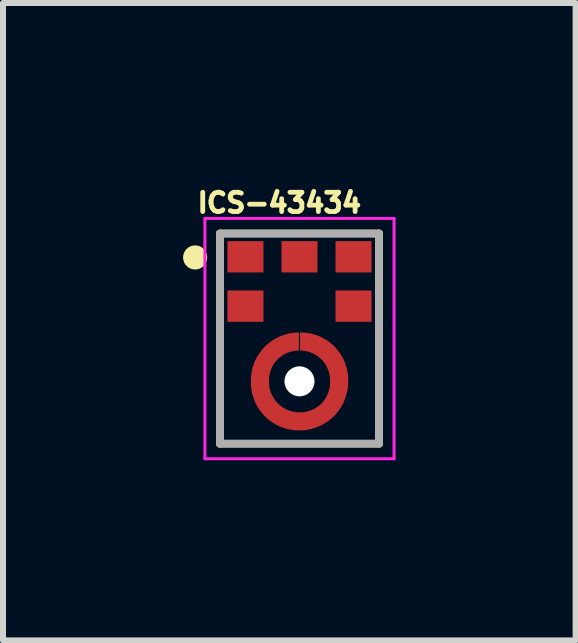
<source format=kicad_pcb>
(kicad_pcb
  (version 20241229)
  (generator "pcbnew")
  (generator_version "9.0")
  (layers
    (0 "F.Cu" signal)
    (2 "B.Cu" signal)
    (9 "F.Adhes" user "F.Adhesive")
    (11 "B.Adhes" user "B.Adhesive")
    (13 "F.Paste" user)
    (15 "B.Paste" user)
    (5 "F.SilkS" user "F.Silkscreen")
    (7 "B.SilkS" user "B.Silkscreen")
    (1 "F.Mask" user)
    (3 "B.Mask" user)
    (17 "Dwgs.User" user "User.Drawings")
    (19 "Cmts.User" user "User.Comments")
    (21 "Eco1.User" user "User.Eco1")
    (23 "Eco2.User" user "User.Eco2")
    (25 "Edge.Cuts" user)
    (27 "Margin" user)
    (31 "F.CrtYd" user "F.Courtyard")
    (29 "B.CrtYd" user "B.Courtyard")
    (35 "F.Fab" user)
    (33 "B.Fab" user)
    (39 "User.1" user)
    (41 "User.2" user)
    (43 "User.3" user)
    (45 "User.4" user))
  (footprint "ICS-43434"
    (layer "F.Cu")
    (at 1.938 2.588)
    (property "Reference" "ICS-43434" (at -0.335 -2.259 0) (layer "F.SilkS") (effects (font (size 0.321 0.321) (thickness 0.15))))
    (attr smd)
    (fp_circle (center 0 0.713) (end 0.665 0.713) (stroke (width 0.5) (type solid)) (fill no) (layer "F.Mask"))
    (fp_line (start -1.325 -1.75) (end -1.325 1.75) (stroke (width 0.127) (type solid)) (layer "F.SilkS"))
    (fp_line (start -1.325 1.75) (end 1.325 1.75) (stroke (width 0.127) (type solid)) (layer "F.SilkS"))
    (fp_line (start 1.325 -1.75) (end -1.325 -1.75) (stroke (width 0.127) (type solid)) (layer "F.SilkS"))
    (fp_line (start 1.325 1.75) (end 1.325 -1.75) (stroke (width 0.127) (type solid)) (layer "F.SilkS"))
    (fp_circle (center -1.738 -1.35) (end -1.637 -1.35) (stroke (width 0.2) (type solid)) (fill no) (layer "F.SilkS"))
    (fp_poly (pts (xy -0.65 -1.572) (xy -0.65 -1.15) (xy -1.15 -1.15) (xy -1.15 -1.572)) (stroke (width 0.001) (type solid)) (fill yes) (layer "F.Paste"))
    (fp_poly (pts (xy -0.65 -0.75) (xy -0.65 -0.328) (xy -1.15 -0.328) (xy -1.15 -0.75)) (stroke (width 0.001) (type solid)) (fill yes) (layer "F.Paste"))
    (fp_poly (pts (xy 0.25 -1.572) (xy 0.25 -1.15) (xy -0.25 -1.15) (xy -0.25 -1.572)) (stroke (width 0.001) (type solid)) (fill yes) (layer "F.Paste"))
    (fp_poly (pts (xy 1.15 -1.572) (xy 1.15 -1.15) (xy 0.65 -1.15) (xy 0.65 -1.572)) (stroke (width 0.001) (type solid)) (fill yes) (layer "F.Paste"))
    (fp_poly (pts (xy 1.15 -0.75) (xy 1.15 -0.328) (xy 0.65 -0.328) (xy 0.65 -0.75)) (stroke (width 0.001) (type solid)) (fill yes) (layer "F.Paste"))
    (fp_poly (pts (xy -0.51 0.663) (xy -0.508 0.642) (xy -0.504 0.618) (xy -0.499 0.595) (xy -0.493 0.572) (xy -0.486 0.55) (xy -0.478 0.527) (xy -0.469 0.505) (xy -0.459 0.484) (xy -0.448 0.463) (xy -0.436 0.443) (xy -0.423 0.423) (xy -0.41 0.403) (xy -0.395 0.385) (xy -0.379 0.367) (xy -0.363 0.35) (xy -0.346 0.334) (xy -0.328 0.318) (xy -0.31 0.303) (xy -0.29 0.29) (xy -0.27 0.277) (xy -0.25 0.265) (xy -0.229 0.254) (xy -0.208 0.244) (xy -0.186 0.235) (xy -0.163 0.227) (xy -0.141 0.22) (xy -0.118 0.214) (xy -0.095 0.209) (xy -0.071 0.205) (xy -0.05 0.203) (xy -0.05 -0.097) (xy -0.089 -0.094) (xy -0.127 -0.089) (xy -0.166 -0.082) (xy -0.204 -0.074) (xy -0.242 -0.063) (xy -0.28 -0.051) (xy -0.316 -0.036) (xy -0.352 -0.02) (xy -0.387 -0.003) (xy -0.421 0.017) (xy -0.454 0.038) (xy -0.487 0.06) (xy -0.518 0.085) (xy -0.547 0.11) (xy -0.576 0.137) (xy -0.603 0.166) (xy -0.628 0.195) (xy -0.653 0.226) (xy -0.675 0.259) (xy -0.696 0.292) (xy -0.716 0.326) (xy -0.733 0.361) (xy -0.749 0.397) (xy -0.764 0.433) (xy -0.776 0.471) (xy -0.787 0.509) (xy -0.795 0.547) (xy -0.802 0.586) (xy -0.807 0.624) (xy -0.81 0.663) (xy -0.51 0.663)) (stroke (width 0.001) (type solid)) (fill yes) (layer "F.Paste"))
    (fp_poly (pts (xy -0.05 1.223) (xy -0.071 1.221) (xy -0.095 1.217) (xy -0.118 1.212) (xy -0.141 1.206) (xy -0.163 1.199) (xy -0.186 1.191) (xy -0.208 1.182) (xy -0.229 1.172) (xy -0.25 1.161) (xy -0.27 1.149) (xy -0.29 1.136) (xy -0.31 1.123) (xy -0.328 1.108) (xy -0.346 1.092) (xy -0.363 1.076) (xy -0.379 1.059) (xy -0.395 1.041) (xy -0.41 1.023) (xy -0.423 1.003) (xy -0.436 0.983) (xy -0.448 0.963) (xy -0.459 0.942) (xy -0.469 0.921) (xy -0.478 0.899) (xy -0.486 0.876) (xy -0.493 0.854) (xy -0.499 0.831) (xy -0.504 0.808) (xy -0.508 0.784) (xy -0.51 0.763) (xy -0.81 0.763) (xy -0.807 0.802) (xy -0.802 0.84) (xy -0.795 0.879) (xy -0.787 0.917) (xy -0.776 0.955) (xy -0.764 0.993) (xy -0.749 1.029) (xy -0.733 1.065) (xy -0.716 1.1) (xy -0.696 1.134) (xy -0.675 1.167) (xy -0.653 1.2) (xy -0.628 1.231) (xy -0.603 1.26) (xy -0.576 1.289) (xy -0.547 1.316) (xy -0.518 1.341) (xy -0.487 1.366) (xy -0.454 1.388) (xy -0.421 1.409) (xy -0.387 1.429) (xy -0.352 1.446) (xy -0.316 1.462) (xy -0.28 1.477) (xy -0.242 1.489) (xy -0.204 1.5) (xy -0.166 1.508) (xy -0.127 1.515) (xy -0.089 1.52) (xy -0.05 1.523) (xy -0.05 1.223)) (stroke (width 0.001) (type solid)) (fill yes) (layer "F.Paste"))
    (fp_poly (pts (xy 0.05 0.203) (xy 0.071 0.205) (xy 0.095 0.209) (xy 0.118 0.214) (xy 0.141 0.22) (xy 0.163 0.227) (xy 0.186 0.235) (xy 0.208 0.244) (xy 0.229 0.254) (xy 0.25 0.265) (xy 0.27 0.277) (xy 0.29 0.29) (xy 0.31 0.303) (xy 0.328 0.318) (xy 0.346 0.334) (xy 0.363 0.35) (xy 0.379 0.367) (xy 0.395 0.385) (xy 0.41 0.403) (xy 0.423 0.423) (xy 0.436 0.443) (xy 0.448 0.463) (xy 0.459 0.484) (xy 0.469 0.505) (xy 0.478 0.527) (xy 0.486 0.55) (xy 0.493 0.572) (xy 0.499 0.595) (xy 0.504 0.618) (xy 0.508 0.642) (xy 0.51 0.663) (xy 0.81 0.663) (xy 0.807 0.624) (xy 0.802 0.586) (xy 0.795 0.547) (xy 0.787 0.509) (xy 0.776 0.471) (xy 0.764 0.433) (xy 0.749 0.397) (xy 0.733 0.361) (xy 0.716 0.326) (xy 0.696 0.292) (xy 0.675 0.259) (xy 0.653 0.226) (xy 0.628 0.195) (xy 0.603 0.166) (xy 0.576 0.137) (xy 0.547 0.11) (xy 0.518 0.085) (xy 0.487 0.06) (xy 0.454 0.038) (xy 0.421 0.017) (xy 0.387 -0.003) (xy 0.352 -0.02) (xy 0.316 -0.036) (xy 0.28 -0.051) (xy 0.242 -0.063) (xy 0.204 -0.074) (xy 0.166 -0.082) (xy 0.127 -0.089) (xy 0.089 -0.094) (xy 0.05 -0.097) (xy 0.05 0.203)) (stroke (width 0.001) (type solid)) (fill yes) (layer "F.Paste"))
    (fp_poly (pts (xy 0.51 0.763) (xy 0.508 0.784) (xy 0.504 0.808) (xy 0.499 0.831) (xy 0.493 0.854) (xy 0.486 0.876) (xy 0.478 0.899) (xy 0.469 0.921) (xy 0.459 0.942) (xy 0.448 0.963) (xy 0.436 0.983) (xy 0.423 1.003) (xy 0.41 1.023) (xy 0.395 1.041) (xy 0.379 1.059) (xy 0.363 1.076) (xy 0.346 1.092) (xy 0.328 1.108) (xy 0.31 1.123) (xy 0.29 1.136) (xy 0.27 1.149) (xy 0.25 1.161) (xy 0.229 1.172) (xy 0.208 1.182) (xy 0.186 1.191) (xy 0.163 1.199) (xy 0.141 1.206) (xy 0.118 1.212) (xy 0.095 1.217) (xy 0.071 1.221) (xy 0.05 1.223) (xy 0.05 1.523) (xy 0.089 1.52) (xy 0.127 1.515) (xy 0.166 1.508) (xy 0.204 1.5) (xy 0.242 1.489) (xy 0.28 1.477) (xy 0.316 1.462) (xy 0.352 1.446) (xy 0.387 1.429) (xy 0.421 1.409) (xy 0.454 1.388) (xy 0.487 1.366) (xy 0.518 1.341) (xy 0.547 1.316) (xy 0.576 1.289) (xy 0.603 1.26) (xy 0.628 1.231) (xy 0.653 1.2) (xy 0.675 1.167) (xy 0.696 1.134) (xy 0.716 1.1) (xy 0.733 1.065) (xy 0.749 1.029) (xy 0.764 0.993) (xy 0.776 0.955) (xy 0.787 0.917) (xy 0.795 0.879) (xy 0.802 0.84) (xy 0.807 0.802) (xy 0.81 0.763) (xy 0.51 0.763)) (stroke (width 0.001) (type solid)) (fill yes) (layer "F.Paste"))
    (fp_line (start -1.575 -2) (end 1.575 -2) (stroke (width 0.05) (type solid)) (layer "F.CrtYd"))
    (fp_line (start -1.575 2.003) (end -1.575 -2) (stroke (width 0.05) (type solid)) (layer "F.CrtYd"))
    (fp_line (start 1.575 -2) (end 1.575 2.003) (stroke (width 0.05) (type solid)) (layer "F.CrtYd"))
    (fp_line (start 1.575 2.003) (end -1.575 2.003) (stroke (width 0.05) (type solid)) (layer "F.CrtYd"))
    (fp_line (start -1.325 -1.747) (end 1.325 -1.747) (stroke (width 0.127) (type solid)) (layer "F.Fab"))
    (fp_line (start -1.325 1.753) (end -1.325 -1.747) (stroke (width 0.127) (type solid)) (layer "F.Fab"))
    (fp_line (start 1.325 -1.747) (end 1.325 1.753) (stroke (width 0.127) (type solid)) (layer "F.Fab"))
    (fp_line (start 1.325 1.753) (end -1.325 1.753) (stroke (width 0.127) (type solid)) (layer "F.Fab"))
    (pad "" np_thru_hole circle (at 0 0.713) (size 0.5 0.5) (drill 0.5) (layers "*.Cu" "*.Mask"))
    (pad "1" smd rect (at -0.9 -1.361) (size 0.6 0.522) (layers "F.Cu" "F.Mask"))
    (pad "2" smd rect (at -0.9 -0.539) (size 0.6 0.522) (layers "F.Cu" "F.Mask"))
    (pad "3" smd custom (at -0.015 1.383) (size 0.1 0.1) (layers "F.Cu") (options (anchor rect)) (primitives (gr_poly (pts (xy 0.005 -1.483) (xy 0.005 -1.183) (xy -0.021 -1.182) (xy -0.046 -1.18) (xy -0.072 -1.177) (xy -0.099 -1.172) (xy -0.123 -1.166) (xy -0.149 -1.159) (xy -0.173 -1.15) (xy -0.198 -1.14) (xy -0.222 -1.129) (xy -0.244 -1.116) (xy -0.267 -1.102) (xy -0.288 -1.088) (xy -0.309 -1.072) (xy -0.33 -1.055) (xy -0.348 -1.037) (xy -0.366 -1.018) (xy -0.384 -0.998) (xy -0.4 -0.977) (xy -0.413 -0.955) (xy -0.427 -0.933) (xy -0.441 -0.91) (xy -0.452 -0.886) (xy -0.462 -0.862) (xy -0.47 -0.838) (xy -0.477 -0.812) (xy -0.483 -0.787) (xy -0.488 -0.761) (xy -0.491 -0.735) (xy -0.493 -0.709) (xy -0.494 -0.683) (xy -0.494 -0.663) (xy -0.493 -0.636) (xy -0.491 -0.61) (xy -0.488 -0.583) (xy -0.483 -0.557) (xy -0.477 -0.531) (xy -0.469 -0.505) (xy -0.461 -0.48) (xy -0.451 -0.456) (xy -0.439 -0.431) (xy -0.426 -0.408) (xy -0.412 -0.385) (xy -0.398 -0.363) (xy -0.381 -0.342) (xy -0.363 -0.322) (xy -0.345 -0.302) (xy -0.326 -0.284) (xy -0.305 -0.267) (xy -0.284 -0.25) (xy -0.263 -0.235) (xy -0.239 -0.221) (xy -0.216 -0.209) (xy -0.192 -0.197) (xy -0.168 -0.187) (xy -0.142 -0.178) (xy -0.117 -0.17) (xy -0.09 -0.164) (xy -0.065 -0.159) (xy -0.037 -0.156) (xy -0.011 -0.154) (xy 0.015 -0.153) (xy 0.025 -0.153) (xy 0.051 -0.154) (xy 0.077 -0.156) (xy 0.103 -0.159) (xy 0.13 -0.164) (xy 0.154 -0.17) (xy 0.18 -0.177) (xy 0.204 -0.186) (xy 0.229 -0.196) (xy 0.253 -0.207) (xy 0.276 -0.22) (xy 0.297 -0.234) (xy 0.32 -0.248) (xy 0.341 -0.264) (xy 0.36 -0.281) (xy 0.38 -0.299) (xy 0.398 -0.318) (xy 0.414 -0.338) (xy 0.43 -0.359) (xy 0.445 -0.381) (xy 0.459 -0.403) (xy 0.471 -0.426) (xy 0.482 -0.45) (xy 0.492 -0.474) (xy 0.501 -0.498) (xy 0.508 -0.524) (xy 0.514 -0.549) (xy 0.519 -0.575) (xy 0.522 -0.601) (xy 0.524 -0.627) (xy 0.525 -0.653) (xy 0.525 -0.683) (xy 0.524 -0.709) (xy 0.522 -0.735) (xy 0.519 -0.761) (xy 0.514 -0.787) (xy 0.508 -0.812) (xy 0.501 -0.838) (xy 0.492 -0.862) (xy 0.482 -0.886) (xy 0.471 -0.91) (xy 0.459 -0.933) (xy 0.445 -0.955) (xy 0.43 -0.977) (xy 0.414 -0.998) (xy 0.398 -1.018) (xy 0.38 -1.037) (xy 0.36 -1.055) (xy 0.341 -1.072) (xy 0.32 -1.088) (xy 0.297 -1.102) (xy 0.276 -1.116) (xy 0.253 -1.129) (xy 0.229 -1.14) (xy 0.204 -1.15) (xy 0.18 -1.159) (xy 0.154 -1.166) (xy 0.13 -1.172) (xy 0.103 -1.177) (xy 0.077 -1.18) (xy 0.051 -1.182) (xy 0.025 -1.183) (xy 0.025 -1.483) (xy 0.035 -1.483) (xy 0.076 -1.482) (xy 0.118 -1.479) (xy 0.16 -1.473) (xy 0.2 -1.466) (xy 0.239 -1.456) (xy 0.28 -1.444) (xy 0.319 -1.431) (xy 0.356 -1.415) (xy 0.395 -1.397) (xy 0.43 -1.377) (xy 0.466 -1.356) (xy 0.499 -1.332) (xy 0.532 -1.307) (xy 0.565 -1.28) (xy 0.595 -1.252) (xy 0.623 -1.222) (xy 0.649 -1.19) (xy 0.674 -1.157) (xy 0.699 -1.123) (xy 0.72 -1.088) (xy 0.74 -1.052) (xy 0.757 -1.014) (xy 0.773 -0.976) (xy 0.786 -0.937) (xy 0.798 -0.897) (xy 0.808 -0.857) (xy 0.816 -0.817) (xy 0.822 -0.776) (xy 0.825 -0.734) (xy 0.826 -0.693) (xy 0.826 -0.663) (xy 0.825 -0.621) (xy 0.822 -0.578) (xy 0.816 -0.536) (xy 0.807 -0.495) (xy 0.797 -0.453) (xy 0.785 -0.413) (xy 0.771 -0.373) (xy 0.755 -0.334) (xy 0.738 -0.295) (xy 0.717 -0.258) (xy 0.695 -0.222) (xy 0.67 -0.187) (xy 0.644 -0.153) (xy 0.618 -0.121) (xy 0.589 -0.09) (xy 0.557 -0.061) (xy 0.525 -0.034) (xy 0.491 -0.008) (xy 0.457 0.016) (xy 0.42 0.038) (xy 0.384 0.059) (xy 0.344 0.077) (xy 0.305 0.093) (xy 0.266 0.107) (xy 0.226 0.119) (xy 0.183 0.129) (xy 0.142 0.137) (xy 0.101 0.143) (xy 0.058 0.146) (xy 0.015 0.147) (xy 0.005 0.147) (xy -0.036 0.146) (xy -0.079 0.143) (xy -0.119 0.137) (xy -0.161 0.13) (xy -0.202 0.12) (xy -0.241 0.108) (xy -0.281 0.094) (xy -0.32 0.078) (xy -0.357 0.06) (xy -0.395 0.04) (xy -0.43 0.018) (xy -0.465 -0.006) (xy -0.497 -0.031) (xy -0.529 -0.058) (xy -0.56 -0.087) (xy -0.59 -0.118) (xy -0.617 -0.15) (xy -0.641 -0.183) (xy -0.665 -0.217) (xy -0.688 -0.253) (xy -0.708 -0.29) (xy -0.726 -0.328) (xy -0.742 -0.366) (xy -0.755 -0.406) (xy -0.767 -0.446) (xy -0.777 -0.487) (xy -0.784 -0.528) (xy -0.79 -0.569) (xy -0.793 -0.611) (xy -0.794 -0.653) (xy -0.794 -0.683) (xy -0.793 -0.725) (xy -0.79 -0.767) (xy -0.784 -0.808) (xy -0.777 -0.849) (xy -0.767 -0.89) (xy -0.755 -0.93) (xy -0.742 -0.97) (xy -0.726 -1.008) (xy -0.708 -1.046) (xy -0.688 -1.083) (xy -0.665 -1.119) (xy -0.641 -1.153) (xy -0.617 -1.186) (xy -0.59 -1.218) (xy -0.56 -1.249) (xy -0.529 -1.278) (xy -0.497 -1.305) (xy -0.465 -1.33) (xy -0.43 -1.354) (xy -0.395 -1.376) (xy -0.357 -1.396) (xy -0.32 -1.414) (xy -0.281 -1.43) (xy -0.241 -1.444) (xy -0.202 -1.456) (xy -0.161 -1.466) (xy -0.119 -1.473) (xy -0.079 -1.479) (xy -0.036 -1.482) (xy 0.005 -1.483)) (width 0.001) (fill yes))))
    (pad "4" smd rect (at 0.9 -0.539) (size 0.6 0.522) (layers "F.Cu" "F.Mask"))
    (pad "5" smd rect (at 0.9 -1.361) (size 0.6 0.522) (layers "F.Cu" "F.Mask"))
    (pad "6" smd rect (at 0 -1.361) (size 0.6 0.522) (layers "F.Cu" "F.Mask")))
  (gr_rect
    (start -3 -3)
    (end 6.537 7.616)
    (stroke (width 0.1) (type default))
    (fill no)
    (layer "Edge.Cuts")))
</source>
